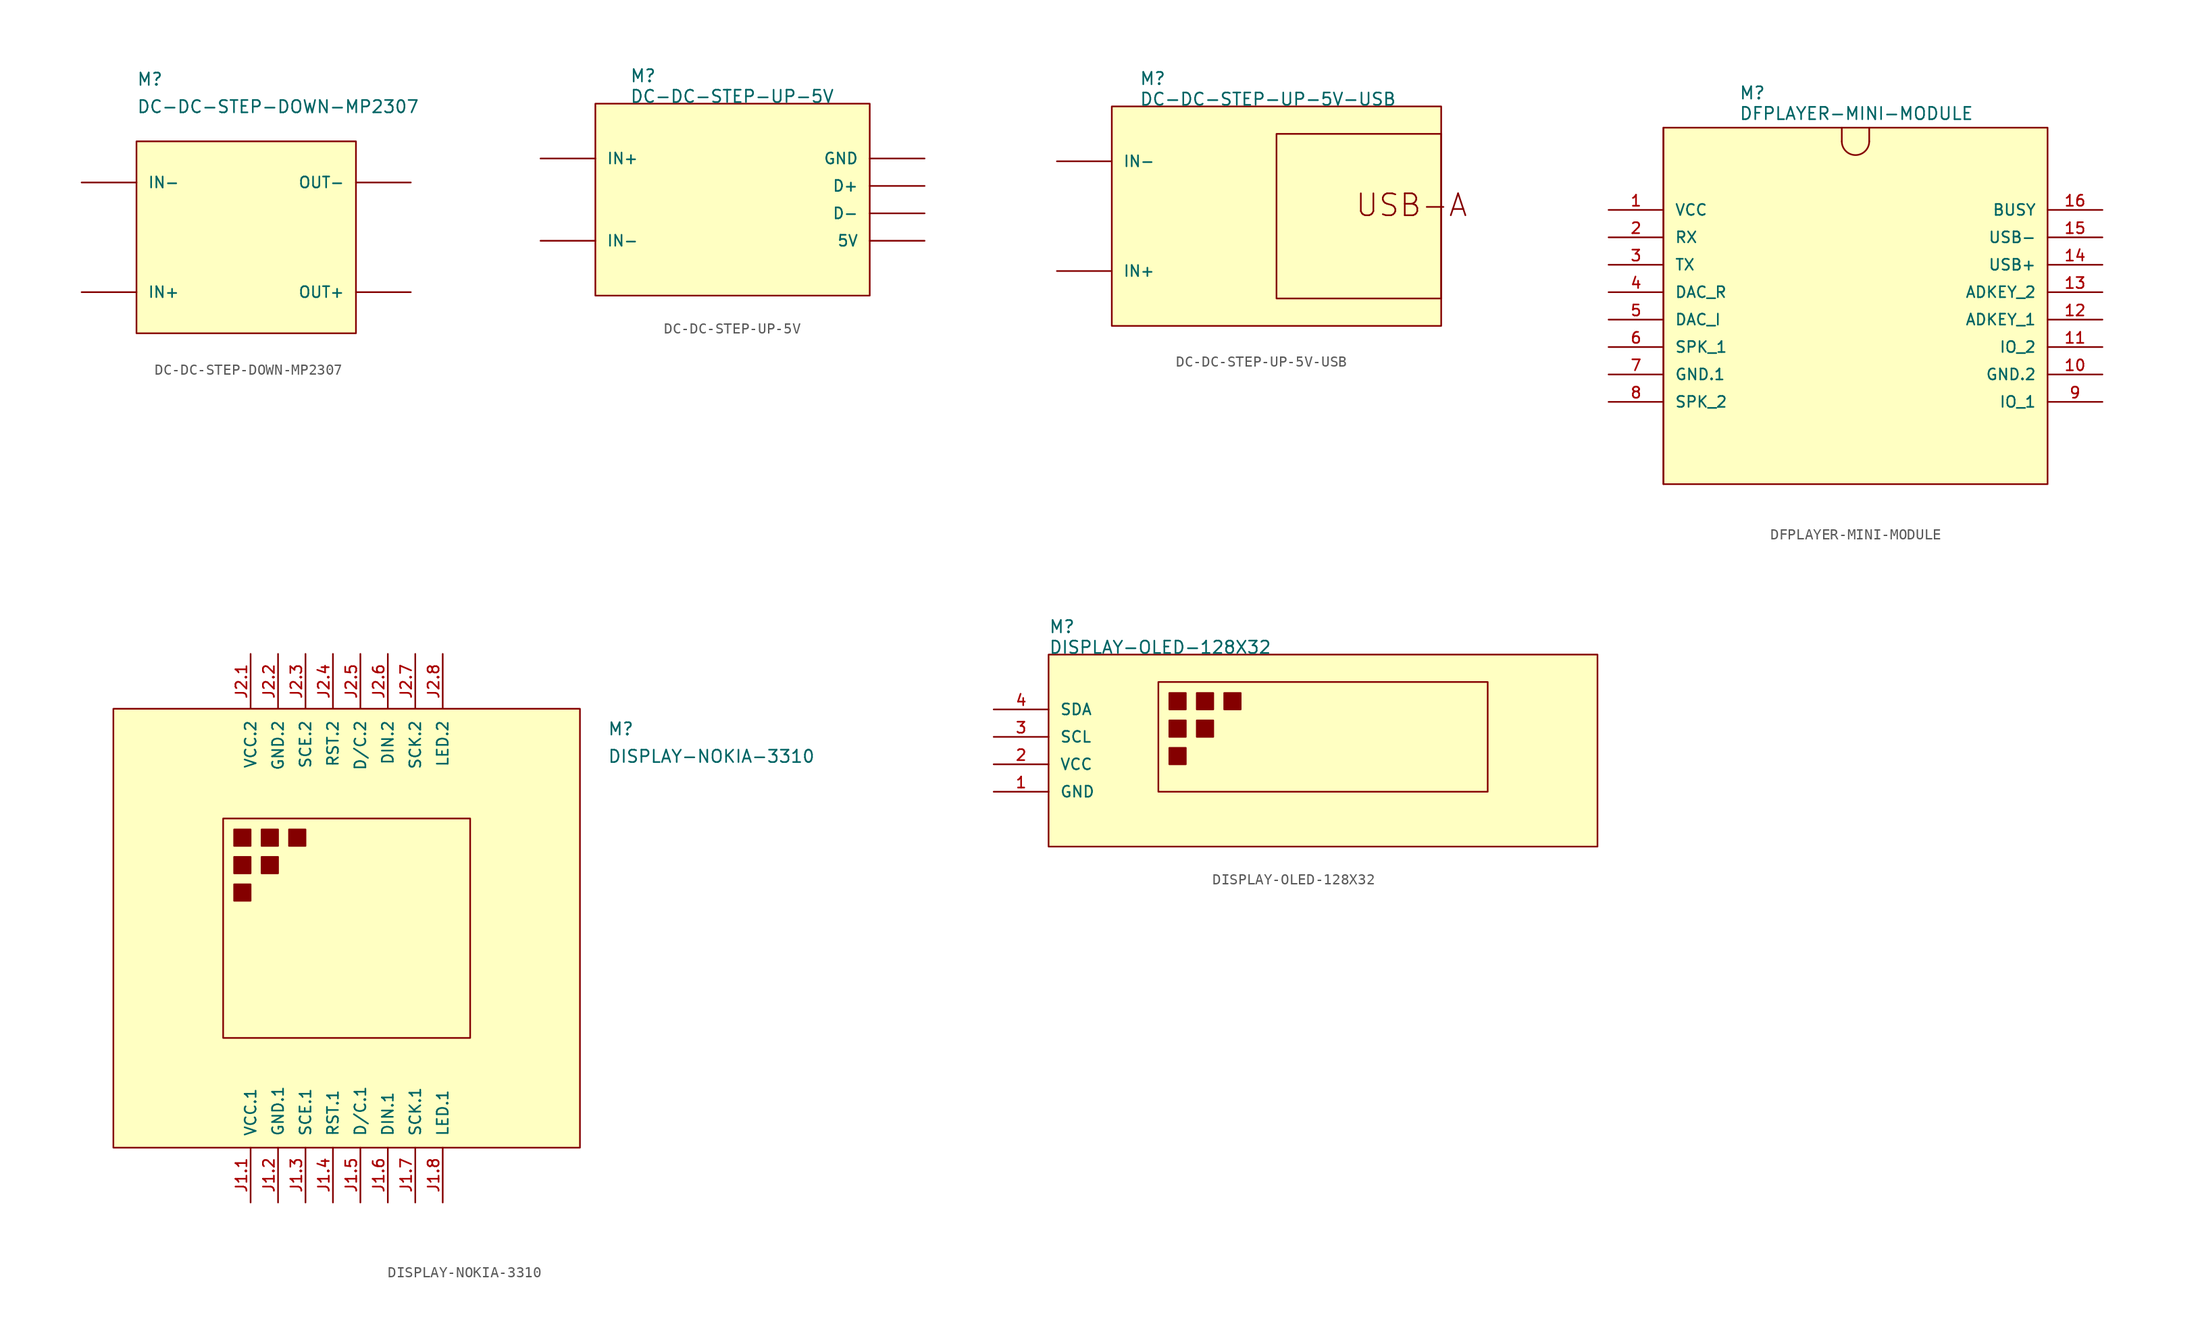
<source format=kicad_sym>
(kicad_symbol_lib
  (version 20231120)
  (generator "kicad_symbol_editor")
  (generator_version "8.0")
  (symbol "DC-DC-STEP-DOWN-MP2307"
    (pin_numbers hide)
    (pin_names
      (offset 1.016))
    (property "Reference" "M"
      (at -10.16 13.97 0)
      (effects (font (size 1.143 1.143)) (justify left bottom)))
    (property "Value" "DC-DC-STEP-DOWN-MP2307"
      (at -10.16 11.43 0)
      (effects (font (size 1.143 1.143)) (justify left bottom)))
    (property "ki_locked" ""
      (at 0 0 0)
      (effects (font (size 1.27 1.27))))
    (symbol "DC-DC-STEP-DOWN-MP2307_1_0"
      (rectangle (start -10.16 8.89) (end 10.16 -8.89) (stroke (width 0) (type default)) (fill (type background))))
    (symbol "DC-DC-STEP-DOWN-MP2307_1_1"
      (pin bidirectional line (at -15.24 -5.08 0) (length 5.08) (name "IN+" (effects (font (size 1.016 1.016)))) (number "IN+" (effects (font (size 1.016 1.016)))))
      (pin bidirectional line (at -15.24 5.08 0) (length 5.08) (name "IN-" (effects (font (size 1.016 1.016)))) (number "IN-" (effects (font (size 1.016 1.016)))))
      (pin bidirectional line (at 15.24 -5.08 180) (length 5.08) (name "OUT+" (effects (font (size 1.016 1.016)))) (number "OUT+" (effects (font (size 1.016 1.016)))))
      (pin bidirectional line (at 15.24 5.08 180) (length 5.08) (name "OUT-" (effects (font (size 1.016 1.016)))) (number "OUT-" (effects (font (size 1.016 1.016)))))))
  (symbol "DC-DC-STEP-UP-5V"
    (pin_numbers hide)
    (pin_names
      (offset 1.016))
    (property "Reference" "M"
      (at -9.525 10.795 0)
      (effects (font (size 1.143 1.143)) (justify left bottom)))
    (property "Value" "DC-DC-STEP-UP-5V"
      (at -9.525 8.89 0)
      (effects (font (size 1.143 1.143)) (justify left bottom)))
    (property "ki_locked" ""
      (at 0 0 0)
      (effects (font (size 1.27 1.27))))
    (symbol "DC-DC-STEP-UP-5V_1_0"
      (rectangle (start -12.7 8.89) (end 12.7 -8.89) (stroke (width 0) (type default)) (fill (type background))))
    (symbol "DC-DC-STEP-UP-5V_1_1"
      (pin bidirectional line (at 17.78 -3.81 180) (length 5.08) (name "5V" (effects (font (size 1.016 1.016)))) (number "5V" (effects (font (size 1.016 1.016)))))
      (pin bidirectional line (at 17.78 1.27 180) (length 5.08) (name "D+" (effects (font (size 1.016 1.016)))) (number "D+" (effects (font (size 1.016 1.016)))))
      (pin bidirectional line (at 17.78 -1.27 180) (length 5.08) (name "D-" (effects (font (size 1.016 1.016)))) (number "D-" (effects (font (size 1.016 1.016)))))
      (pin bidirectional line (at 17.78 3.81 180) (length 5.08) (name "GND" (effects (font (size 1.016 1.016)))) (number "GND" (effects (font (size 1.016 1.016)))))
      (pin power_in line (at -17.78 3.81 0) (length 5.08) (name "IN+" (effects (font (size 1.016 1.016)))) (number "IN+" (effects (font (size 1.016 1.016)))))
      (pin power_in line (at -17.78 -3.81 0) (length 5.08) (name "IN-" (effects (font (size 1.016 1.016)))) (number "IN-" (effects (font (size 1.016 1.016)))))))
  (symbol "DC-DC-STEP-UP-5V-USB"
    (pin_numbers hide)
    (pin_names
      (offset 1.016))
    (property "Reference" "M"
      (at -12.7 12.065 0)
      (effects (font (size 1.143 1.143)) (justify left bottom)))
    (property "Value" "DC-DC-STEP-UP-5V-USB"
      (at -12.7 10.16 0)
      (effects (font (size 1.143 1.143)) (justify left bottom)))
    (property "ki_locked" ""
      (at 0 0 0)
      (effects (font (size 1.27 1.27))))
    (symbol "DC-DC-STEP-UP-5V-USB_1_0"
      (rectangle (start -15.24 10.16) (end 15.24 -10.16) (stroke (width 0) (type default)) (fill (type background)))
      (rectangle (start 0 7.62) (end 15.24 -7.62) (stroke (width 0) (type default)) (fill (type none)))
      (text "USB-A" (at 12.497 1.016 0) (effects (font (size 2.032 2.032)))))
    (symbol "DC-DC-STEP-UP-5V-USB_1_1"
      (pin power_in line (at -20.32 -5.08 0) (length 5.08) (name "IN+" (effects (font (size 1.016 1.016)))) (number "IN+" (effects (font (size 1.016 1.016)))))
      (pin power_in line (at -20.32 5.08 0) (length 5.08) (name "IN-" (effects (font (size 1.016 1.016)))) (number "IN-" (effects (font (size 1.016 1.016)))))))
  (symbol "DFPLAYER-MINI-MODULE"
    (pin_names
      (offset 1.016))
    (property "Reference" "M"
      (at -10.795 19.05 0)
      (effects (font (size 1.143 1.143)) (justify left bottom)))
    (property "Value" "DFPLAYER-MINI-MODULE"
      (at -10.795 17.145 0)
      (effects (font (size 1.143 1.143)) (justify left bottom)))
    (property "ki_locked" ""
      (at 0 0 0)
      (effects (font (size 1.27 1.27))))
    (symbol "DFPLAYER-MINI-MODULE_1_0"
      (rectangle (start -17.78 -16.51) (end 17.78 16.51) (stroke (width 0) (type default)) (fill (type background)))
      (polyline (pts (xy -17.78 -16.51) (xy -17.78 16.51)) (stroke (width 0) (type default)) (fill (type none)))
      (polyline (pts (xy -1.27 16.51) (xy -1.27 15.24)) (stroke (width 0) (type default)) (fill (type none)))
      (polyline (pts (xy 1.27 16.51) (xy 1.27 15.24)) (stroke (width 0) (type default)) (fill (type none))))
    (symbol "DFPLAYER-MINI-MODULE_1_1"
      (arc (start -1.27 15.24) (mid 0 13.9755) (end 1.27 15.24) (stroke (width 0) (type default)) (fill (type none)))
      (pin power_in line (at -22.86 8.89 0) (length 5.08) (name "VCC" (effects (font (size 1.016 1.016)))) (number "1" (effects (font (size 1.016 1.016)))))
      (pin power_in line (at 22.86 -6.35 180) (length 5.08) (name "GND.2" (effects (font (size 1.016 1.016)))) (number "10" (effects (font (size 1.016 1.016)))))
      (pin bidirectional line (at 22.86 -3.81 180) (length 5.08) (name "IO_2" (effects (font (size 1.016 1.016)))) (number "11" (effects (font (size 1.016 1.016)))))
      (pin bidirectional line (at 22.86 -1.27 180) (length 5.08) (name "ADKEY_1" (effects (font (size 1.016 1.016)))) (number "12" (effects (font (size 1.016 1.016)))))
      (pin bidirectional line (at 22.86 1.27 180) (length 5.08) (name "ADKEY_2" (effects (font (size 1.016 1.016)))) (number "13" (effects (font (size 1.016 1.016)))))
      (pin bidirectional line (at 22.86 3.81 180) (length 5.08) (name "USB+" (effects (font (size 1.016 1.016)))) (number "14" (effects (font (size 1.016 1.016)))))
      (pin bidirectional line (at 22.86 6.35 180) (length 5.08) (name "USB-" (effects (font (size 1.016 1.016)))) (number "15" (effects (font (size 1.016 1.016)))))
      (pin bidirectional line (at 22.86 8.89 180) (length 5.08) (name "BUSY" (effects (font (size 1.016 1.016)))) (number "16" (effects (font (size 1.016 1.016)))))
      (pin bidirectional line (at -22.86 6.35 0) (length 5.08) (name "RX" (effects (font (size 1.016 1.016)))) (number "2" (effects (font (size 1.016 1.016)))))
      (pin bidirectional line (at -22.86 3.81 0) (length 5.08) (name "TX" (effects (font (size 1.016 1.016)))) (number "3" (effects (font (size 1.016 1.016)))))
      (pin bidirectional line (at -22.86 1.27 0) (length 5.08) (name "DAC_R" (effects (font (size 1.016 1.016)))) (number "4" (effects (font (size 1.016 1.016)))))
      (pin bidirectional line (at -22.86 -1.27 0) (length 5.08) (name "DAC_I" (effects (font (size 1.016 1.016)))) (number "5" (effects (font (size 1.016 1.016)))))
      (pin bidirectional line (at -22.86 -3.81 0) (length 5.08) (name "SPK_1" (effects (font (size 1.016 1.016)))) (number "6" (effects (font (size 1.016 1.016)))))
      (pin power_in line (at -22.86 -6.35 0) (length 5.08) (name "GND.1" (effects (font (size 1.016 1.016)))) (number "7" (effects (font (size 1.016 1.016)))))
      (pin bidirectional line (at -22.86 -8.89 0) (length 5.08) (name "SPK_2" (effects (font (size 1.016 1.016)))) (number "8" (effects (font (size 1.016 1.016)))))
      (pin bidirectional line (at 22.86 -8.89 180) (length 5.08) (name "IO_1" (effects (font (size 1.016 1.016)))) (number "9" (effects (font (size 1.016 1.016)))))))
  (symbol "DISPLAY-NOKIA-3310"
    (pin_names
      (offset 1.016))
    (property "Reference" "M"
      (at 25.4 17.78 0)
      (effects (font (size 1.143 1.143)) (justify left bottom)))
    (property "Value" "DISPLAY-NOKIA-3310"
      (at 25.4 15.24 0)
      (effects (font (size 1.143 1.143)) (justify left bottom)))
    (property "ki_locked" ""
      (at 0 0 0)
      (effects (font (size 1.27 1.27))))
    (symbol "DISPLAY-NOKIA-3310_1_0"
      (rectangle (start -20.32 20.32) (end 22.86 -20.32) (stroke (width 0) (type default)) (fill (type background)))
      (rectangle (start -10.16 10.16) (end 12.7 -10.16) (stroke (width 0) (type default)) (fill (type none))))
    (symbol "DISPLAY-NOKIA-3310_1_1"
      (rectangle (start -9.144 2.54) (end -7.62 4.064) (stroke (width 0) (type default)) (fill (type outline)))
      (rectangle (start -9.144 5.08) (end -7.62 6.604) (stroke (width 0) (type default)) (fill (type outline)))
      (rectangle (start -9.144 7.62) (end -7.62 9.144) (stroke (width 0) (type default)) (fill (type outline)))
      (rectangle (start -6.604 5.08) (end -5.08 6.604) (stroke (width 0) (type default)) (fill (type outline)))
      (rectangle (start -6.604 7.62) (end -5.08 9.144) (stroke (width 0) (type default)) (fill (type outline)))
      (rectangle (start -4.064 7.62) (end -2.54 9.144) (stroke (width 0) (type default)) (fill (type outline)))
      (pin power_in line (at -7.62 -25.4 90) (length 5.08) (name "VCC.1" (effects (font (size 1.016 1.016)))) (number "J1.1" (effects (font (size 1.016 1.016)))))
      (pin power_in line (at -5.08 -25.4 90) (length 5.08) (name "GND.1" (effects (font (size 1.016 1.016)))) (number "J1.2" (effects (font (size 1.016 1.016)))))
      (pin bidirectional line (at -2.54 -25.4 90) (length 5.08) (name "SCE.1" (effects (font (size 1.016 1.016)))) (number "J1.3" (effects (font (size 1.016 1.016)))))
      (pin bidirectional line (at 0 -25.4 90) (length 5.08) (name "RST.1" (effects (font (size 1.016 1.016)))) (number "J1.4" (effects (font (size 1.016 1.016)))))
      (pin bidirectional line (at 2.54 -25.4 90) (length 5.08) (name "D/C.1" (effects (font (size 1.016 1.016)))) (number "J1.5" (effects (font (size 1.016 1.016)))))
      (pin bidirectional line (at 5.08 -25.4 90) (length 5.08) (name "DIN.1" (effects (font (size 1.016 1.016)))) (number "J1.6" (effects (font (size 1.016 1.016)))))
      (pin bidirectional line (at 7.62 -25.4 90) (length 5.08) (name "SCK.1" (effects (font (size 1.016 1.016)))) (number "J1.7" (effects (font (size 1.016 1.016)))))
      (pin input line (at 10.16 -25.4 90) (length 5.08) (name "LED.1" (effects (font (size 1.016 1.016)))) (number "J1.8" (effects (font (size 1.016 1.016)))))
      (pin power_in line (at -7.62 25.4 270) (length 5.08) (name "VCC.2" (effects (font (size 1.016 1.016)))) (number "J2.1" (effects (font (size 1.016 1.016)))))
      (pin power_in line (at -5.08 25.4 270) (length 5.08) (name "GND.2" (effects (font (size 1.016 1.016)))) (number "J2.2" (effects (font (size 1.016 1.016)))))
      (pin bidirectional line (at -2.54 25.4 270) (length 5.08) (name "SCE.2" (effects (font (size 1.016 1.016)))) (number "J2.3" (effects (font (size 1.016 1.016)))))
      (pin bidirectional line (at 0 25.4 270) (length 5.08) (name "RST.2" (effects (font (size 1.016 1.016)))) (number "J2.4" (effects (font (size 1.016 1.016)))))
      (pin bidirectional line (at 2.54 25.4 270) (length 5.08) (name "D/C.2" (effects (font (size 1.016 1.016)))) (number "J2.5" (effects (font (size 1.016 1.016)))))
      (pin bidirectional line (at 5.08 25.4 270) (length 5.08) (name "DIN.2" (effects (font (size 1.016 1.016)))) (number "J2.6" (effects (font (size 1.016 1.016)))))
      (pin bidirectional line (at 7.62 25.4 270) (length 5.08) (name "SCK.2" (effects (font (size 1.016 1.016)))) (number "J2.7" (effects (font (size 1.016 1.016)))))
      (pin input line (at 10.16 25.4 270) (length 5.08) (name "LED.2" (effects (font (size 1.016 1.016)))) (number "J2.8" (effects (font (size 1.016 1.016)))))))
  (symbol "DISPLAY-OLED-128X32"
    (pin_names
      (offset 1.016))
    (property "Reference" "M"
      (at -25.4 9.525 0)
      (effects (font (size 1.143 1.143)) (justify left bottom)))
    (property "Value" "DISPLAY-OLED-128X32"
      (at -25.4 7.62 0)
      (effects (font (size 1.143 1.143)) (justify left bottom)))
    (property "ki_locked" ""
      (at 0 0 0)
      (effects (font (size 1.27 1.27))))
    (symbol "DISPLAY-OLED-128X32_1_0"
      (rectangle (start -25.4 7.62) (end 25.4 -10.16) (stroke (width 0) (type default)) (fill (type background)))
      (rectangle (start -15.24 5.08) (end 15.24 -5.08) (stroke (width 0) (type default)) (fill (type none))))
    (symbol "DISPLAY-OLED-128X32_1_1"
      (rectangle (start -14.224 -2.54) (end -12.7 -1.016) (stroke (width 0) (type default)) (fill (type outline)))
      (rectangle (start -14.224 0) (end -12.7 1.524) (stroke (width 0) (type default)) (fill (type outline)))
      (rectangle (start -14.224 2.54) (end -12.7 4.064) (stroke (width 0) (type default)) (fill (type outline)))
      (rectangle (start -11.684 0) (end -10.16 1.524) (stroke (width 0) (type default)) (fill (type outline)))
      (rectangle (start -11.684 2.54) (end -10.16 4.064) (stroke (width 0) (type default)) (fill (type outline)))
      (rectangle (start -9.144 2.54) (end -7.62 4.064) (stroke (width 0) (type default)) (fill (type outline)))
      (pin power_in line (at -30.48 -5.08 0) (length 5.08) (name "GND" (effects (font (size 1.016 1.016)))) (number "1" (effects (font (size 1.016 1.016)))))
      (pin power_in line (at -30.48 -2.54 0) (length 5.08) (name "VCC" (effects (font (size 1.016 1.016)))) (number "2" (effects (font (size 1.016 1.016)))))
      (pin bidirectional line (at -30.48 0 0) (length 5.08) (name "SCL" (effects (font (size 1.016 1.016)))) (number "3" (effects (font (size 1.016 1.016)))))
      (pin bidirectional line (at -30.48 2.54 0) (length 5.08) (name "SDA" (effects (font (size 1.016 1.016)))) (number "4" (effects (font (size 1.016 1.016))))))))
</source>
